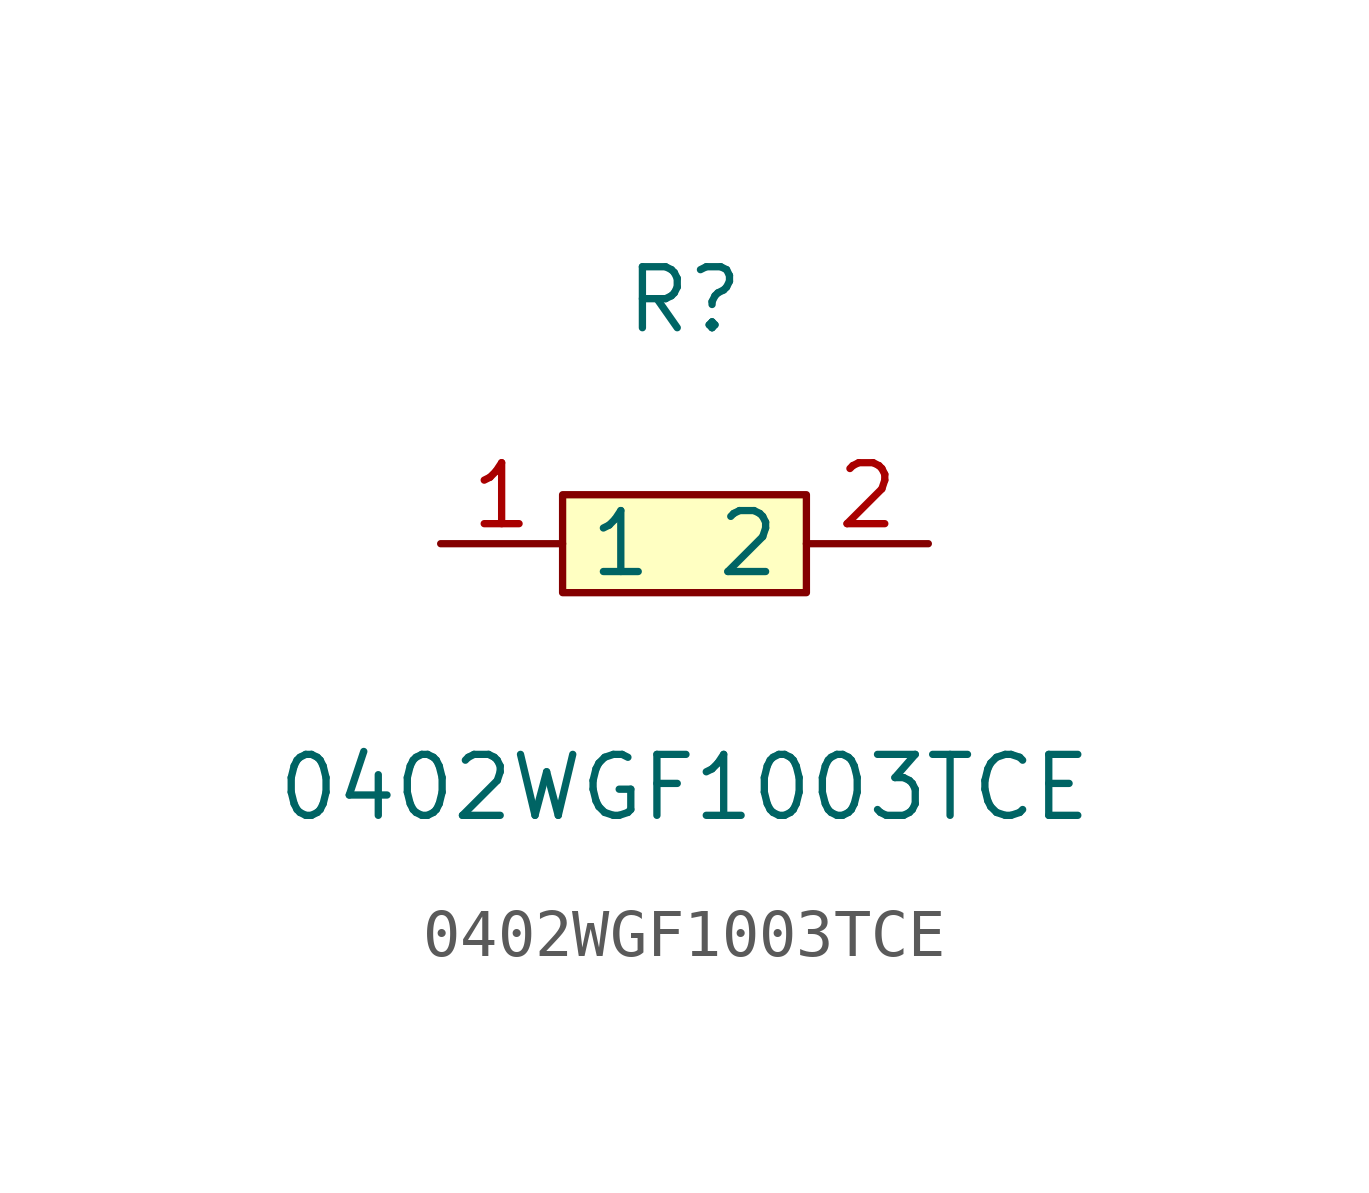
<source format=kicad_sym>
(kicad_symbol_lib
  (version 1)
  (generator "faebryk")
  (symbol "0402WGF1003TCE"
    (property "Reference" "R"
      (at 0 5.08 0)
      (effects (font (size 1.27 1.27)) (hide no)))
    (property "Value" "0402WGF1003TCE"
      (at 0 -5.08 0)
      (effects (font (size 1.27 1.27)) (hide no)))
    (symbol "0402WGF1003TCE_0_1"
      (rectangle (start -2.54 1.02) (end 2.54 -1.02) (stroke (width 0) (type default) (color 0 0 0 0)) (fill (type background)))
      (pin input line (at 5.08 0 180) (length 2.54) (name "2" (effects (font (size 1.27 1.27)) (hide no))) (number "2" (effects (font (size 1.27 1.27)) (hide no))))
      (pin input line (at -5.08 0 0) (length 2.54) (name "1" (effects (font (size 1.27 1.27)) (hide no))) (number "1" (effects (font (size 1.27 1.27)) (hide no)))))))
</source>
